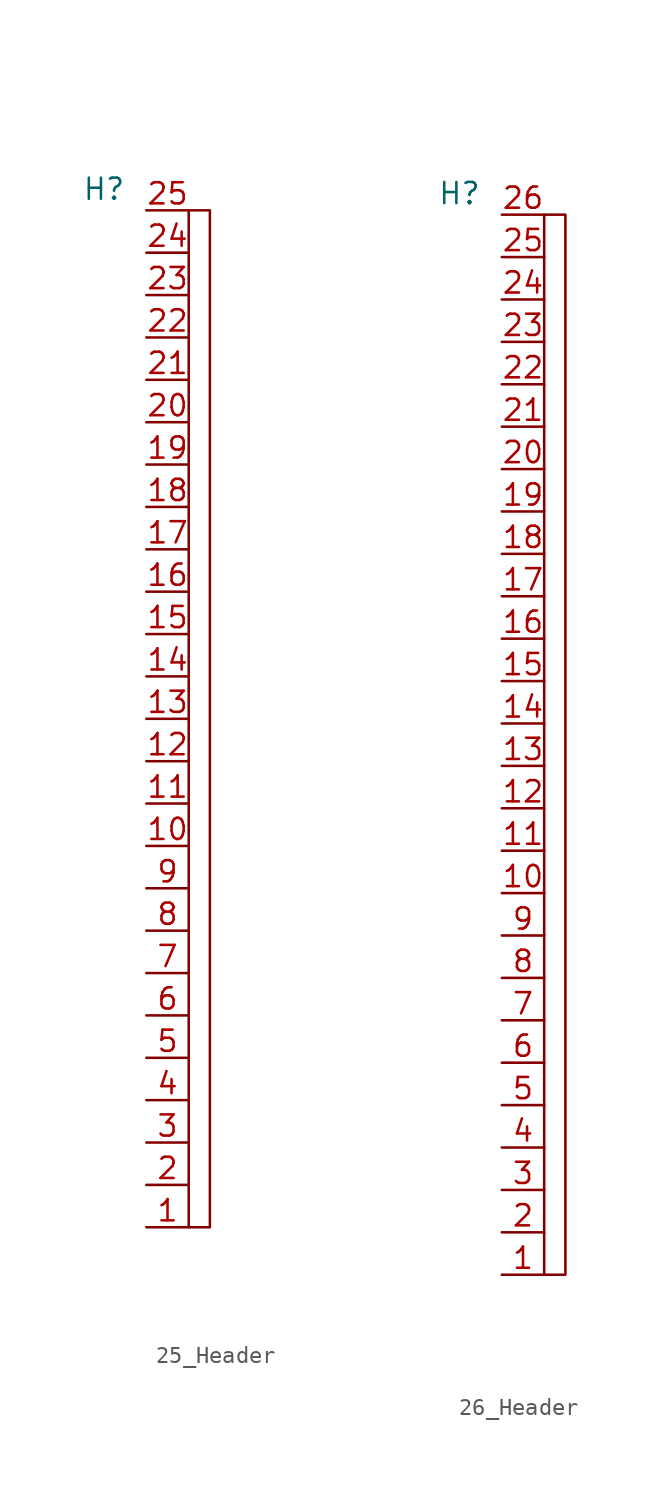
<source format=kicad_sym>
(kicad_symbol_lib
  (version 20220914)
  (generator kicad_symbol_editor)
  (symbol "25_Header"
    (property "Reference" "H"
      (at -5.08 33.02 0)
      (effects (font (size 1.27 1.27))))
    (property "Value" ""
      (at 8.89 -2.54 0)
      (effects (font (size 1.27 1.27))))
    (symbol "25_Header_0_1"
      (rectangle (start 0 31.75) (end 1.27 -29.21) (stroke (width 0) (type default)) (fill (type none))))
    (symbol "25_Header_1_1"
      (pin bidirectional line (at -2.54 -29.21 0) (length 2.54) (name "" (effects (font (size 1.27 1.27)))) (number "1" (effects (font (size 1.27 1.27)))))
      (pin bidirectional line (at -2.54 -6.35 0) (length 2.54) (name "" (effects (font (size 1.27 1.27)))) (number "10" (effects (font (size 1.27 1.27)))))
      (pin bidirectional line (at -2.54 -3.81 0) (length 2.54) (name "" (effects (font (size 1.27 1.27)))) (number "11" (effects (font (size 1.27 1.27)))))
      (pin bidirectional line (at -2.54 -1.27 0) (length 2.54) (name "" (effects (font (size 1.27 1.27)))) (number "12" (effects (font (size 1.27 1.27)))))
      (pin bidirectional line (at -2.54 1.27 0) (length 2.54) (name "" (effects (font (size 1.27 1.27)))) (number "13" (effects (font (size 1.27 1.27)))))
      (pin bidirectional line (at -2.54 3.81 0) (length 2.54) (name "" (effects (font (size 1.27 1.27)))) (number "14" (effects (font (size 1.27 1.27)))))
      (pin bidirectional line (at -2.54 6.35 0) (length 2.54) (name "" (effects (font (size 1.27 1.27)))) (number "15" (effects (font (size 1.27 1.27)))))
      (pin bidirectional line (at -2.54 8.89 0) (length 2.54) (name "" (effects (font (size 1.27 1.27)))) (number "16" (effects (font (size 1.27 1.27)))))
      (pin bidirectional line (at -2.54 11.43 0) (length 2.54) (name "" (effects (font (size 1.27 1.27)))) (number "17" (effects (font (size 1.27 1.27)))))
      (pin bidirectional line (at -2.54 13.97 0) (length 2.54) (name "" (effects (font (size 1.27 1.27)))) (number "18" (effects (font (size 1.27 1.27)))))
      (pin bidirectional line (at -2.54 16.51 0) (length 2.54) (name "" (effects (font (size 1.27 1.27)))) (number "19" (effects (font (size 1.27 1.27)))))
      (pin bidirectional line (at -2.54 -26.67 0) (length 2.54) (name "" (effects (font (size 1.27 1.27)))) (number "2" (effects (font (size 1.27 1.27)))))
      (pin bidirectional line (at -2.54 19.05 0) (length 2.54) (name "" (effects (font (size 1.27 1.27)))) (number "20" (effects (font (size 1.27 1.27)))))
      (pin bidirectional line (at -2.54 21.59 0) (length 2.54) (name "" (effects (font (size 1.27 1.27)))) (number "21" (effects (font (size 1.27 1.27)))))
      (pin bidirectional line (at -2.54 24.13 0) (length 2.54) (name "" (effects (font (size 1.27 1.27)))) (number "22" (effects (font (size 1.27 1.27)))))
      (pin bidirectional line (at -2.54 26.67 0) (length 2.54) (name "" (effects (font (size 1.27 1.27)))) (number "23" (effects (font (size 1.27 1.27)))))
      (pin bidirectional line (at -2.54 29.21 0) (length 2.54) (name "" (effects (font (size 1.27 1.27)))) (number "24" (effects (font (size 1.27 1.27)))))
      (pin bidirectional line (at -2.54 31.75 0) (length 2.54) (name "" (effects (font (size 1.27 1.27)))) (number "25" (effects (font (size 1.27 1.27)))))
      (pin bidirectional line (at -2.54 -24.13 0) (length 2.54) (name "" (effects (font (size 1.27 1.27)))) (number "3" (effects (font (size 1.27 1.27)))))
      (pin bidirectional line (at -2.54 -21.59 0) (length 2.54) (name "" (effects (font (size 1.27 1.27)))) (number "4" (effects (font (size 1.27 1.27)))))
      (pin bidirectional line (at -2.54 -19.05 0) (length 2.54) (name "" (effects (font (size 1.27 1.27)))) (number "5" (effects (font (size 1.27 1.27)))))
      (pin bidirectional line (at -2.54 -16.51 0) (length 2.54) (name "" (effects (font (size 1.27 1.27)))) (number "6" (effects (font (size 1.27 1.27)))))
      (pin bidirectional line (at -2.54 -13.97 0) (length 2.54) (name "" (effects (font (size 1.27 1.27)))) (number "7" (effects (font (size 1.27 1.27)))))
      (pin bidirectional line (at -2.54 -11.43 0) (length 2.54) (name "" (effects (font (size 1.27 1.27)))) (number "8" (effects (font (size 1.27 1.27)))))
      (pin bidirectional line (at -2.54 -8.89 0) (length 2.54) (name "" (effects (font (size 1.27 1.27)))) (number "9" (effects (font (size 1.27 1.27)))))))
  (symbol "26_Header"
    (property "Reference" "H"
      (at -5.08 34.29 0)
      (effects (font (size 1.27 1.27))))
    (property "Value" ""
      (at 2.54 0 0)
      (effects (font (size 1.27 1.27))))
    (symbol "26_Header_0_1"
      (rectangle (start 0 33.02) (end 1.27 -30.48) (stroke (width 0) (type default)) (fill (type none))))
    (symbol "26_Header_1_1"
      (pin bidirectional line (at -2.54 -30.48 0) (length 2.54) (name "" (effects (font (size 1.27 1.27)))) (number "1" (effects (font (size 1.27 1.27)))))
      (pin bidirectional line (at -2.54 -7.62 0) (length 2.54) (name "" (effects (font (size 1.27 1.27)))) (number "10" (effects (font (size 1.27 1.27)))))
      (pin bidirectional line (at -2.54 -5.08 0) (length 2.54) (name "" (effects (font (size 1.27 1.27)))) (number "11" (effects (font (size 1.27 1.27)))))
      (pin bidirectional line (at -2.54 -2.54 0) (length 2.54) (name "" (effects (font (size 1.27 1.27)))) (number "12" (effects (font (size 1.27 1.27)))))
      (pin bidirectional line (at -2.54 0 0) (length 2.54) (name "" (effects (font (size 1.27 1.27)))) (number "13" (effects (font (size 1.27 1.27)))))
      (pin bidirectional line (at -2.54 2.54 0) (length 2.54) (name "" (effects (font (size 1.27 1.27)))) (number "14" (effects (font (size 1.27 1.27)))))
      (pin bidirectional line (at -2.54 5.08 0) (length 2.54) (name "" (effects (font (size 1.27 1.27)))) (number "15" (effects (font (size 1.27 1.27)))))
      (pin bidirectional line (at -2.54 7.62 0) (length 2.54) (name "" (effects (font (size 1.27 1.27)))) (number "16" (effects (font (size 1.27 1.27)))))
      (pin bidirectional line (at -2.54 10.16 0) (length 2.54) (name "" (effects (font (size 1.27 1.27)))) (number "17" (effects (font (size 1.27 1.27)))))
      (pin bidirectional line (at -2.54 12.7 0) (length 2.54) (name "" (effects (font (size 1.27 1.27)))) (number "18" (effects (font (size 1.27 1.27)))))
      (pin bidirectional line (at -2.54 15.24 0) (length 2.54) (name "" (effects (font (size 1.27 1.27)))) (number "19" (effects (font (size 1.27 1.27)))))
      (pin bidirectional line (at -2.54 -27.94 0) (length 2.54) (name "" (effects (font (size 1.27 1.27)))) (number "2" (effects (font (size 1.27 1.27)))))
      (pin bidirectional line (at -2.54 17.78 0) (length 2.54) (name "" (effects (font (size 1.27 1.27)))) (number "20" (effects (font (size 1.27 1.27)))))
      (pin bidirectional line (at -2.54 20.32 0) (length 2.54) (name "" (effects (font (size 1.27 1.27)))) (number "21" (effects (font (size 1.27 1.27)))))
      (pin bidirectional line (at -2.54 22.86 0) (length 2.54) (name "" (effects (font (size 1.27 1.27)))) (number "22" (effects (font (size 1.27 1.27)))))
      (pin bidirectional line (at -2.54 25.4 0) (length 2.54) (name "" (effects (font (size 1.27 1.27)))) (number "23" (effects (font (size 1.27 1.27)))))
      (pin bidirectional line (at -2.54 27.94 0) (length 2.54) (name "" (effects (font (size 1.27 1.27)))) (number "24" (effects (font (size 1.27 1.27)))))
      (pin bidirectional line (at -2.54 30.48 0) (length 2.54) (name "" (effects (font (size 1.27 1.27)))) (number "25" (effects (font (size 1.27 1.27)))))
      (pin bidirectional line (at -2.54 33.02 0) (length 2.54) (name "" (effects (font (size 1.27 1.27)))) (number "26" (effects (font (size 1.27 1.27)))))
      (pin bidirectional line (at -2.54 -25.4 0) (length 2.54) (name "" (effects (font (size 1.27 1.27)))) (number "3" (effects (font (size 1.27 1.27)))))
      (pin bidirectional line (at -2.54 -22.86 0) (length 2.54) (name "" (effects (font (size 1.27 1.27)))) (number "4" (effects (font (size 1.27 1.27)))))
      (pin bidirectional line (at -2.54 -20.32 0) (length 2.54) (name "" (effects (font (size 1.27 1.27)))) (number "5" (effects (font (size 1.27 1.27)))))
      (pin bidirectional line (at -2.54 -17.78 0) (length 2.54) (name "" (effects (font (size 1.27 1.27)))) (number "6" (effects (font (size 1.27 1.27)))))
      (pin bidirectional line (at -2.54 -15.24 0) (length 2.54) (name "" (effects (font (size 1.27 1.27)))) (number "7" (effects (font (size 1.27 1.27)))))
      (pin bidirectional line (at -2.54 -12.7 0) (length 2.54) (name "" (effects (font (size 1.27 1.27)))) (number "8" (effects (font (size 1.27 1.27)))))
      (pin bidirectional line (at -2.54 -10.16 0) (length 2.54) (name "" (effects (font (size 1.27 1.27)))) (number "9" (effects (font (size 1.27 1.27))))))))
</source>
